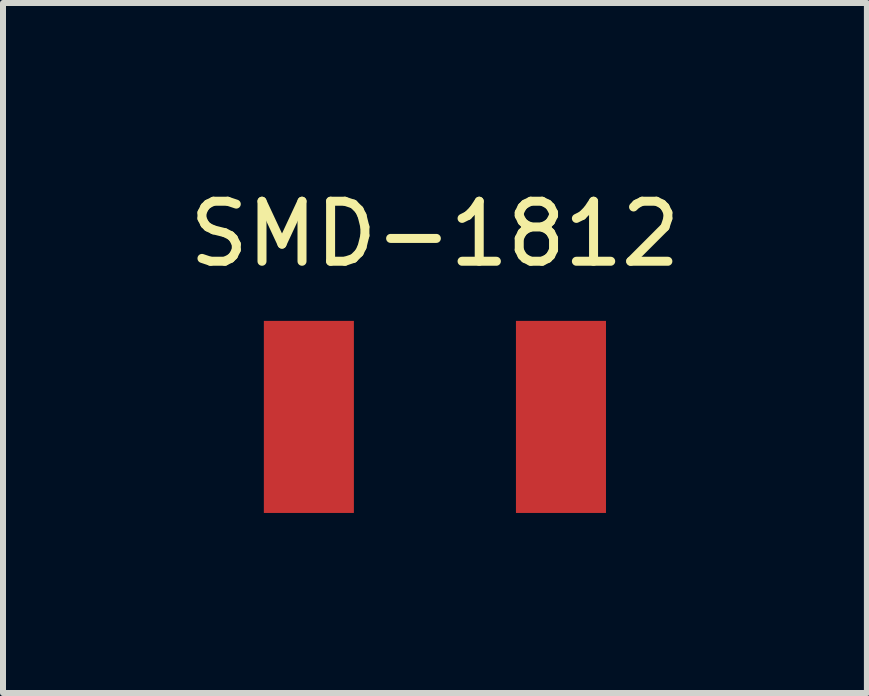
<source format=kicad_pcb>
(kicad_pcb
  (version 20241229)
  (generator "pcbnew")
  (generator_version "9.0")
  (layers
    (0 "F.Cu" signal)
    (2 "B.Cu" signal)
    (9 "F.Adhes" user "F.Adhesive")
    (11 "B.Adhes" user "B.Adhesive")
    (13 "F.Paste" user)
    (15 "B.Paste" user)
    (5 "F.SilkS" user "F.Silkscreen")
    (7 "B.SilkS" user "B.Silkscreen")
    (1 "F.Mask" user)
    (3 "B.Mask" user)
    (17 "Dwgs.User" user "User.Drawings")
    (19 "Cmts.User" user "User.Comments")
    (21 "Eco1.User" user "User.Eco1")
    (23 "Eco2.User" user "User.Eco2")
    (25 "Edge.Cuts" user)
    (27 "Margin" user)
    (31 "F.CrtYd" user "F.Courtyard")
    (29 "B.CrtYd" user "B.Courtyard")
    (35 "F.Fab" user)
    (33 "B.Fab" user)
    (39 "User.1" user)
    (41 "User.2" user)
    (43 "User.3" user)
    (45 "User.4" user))
  (footprint "SMD-1812"
    (layer "F.Cu")
    (at 4.196 3.896)
    (property "Reference" "SMD-1812" (at 0 -3.048 0) (layer "F.SilkS") (effects (font (size 1 1) (thickness 0.15))))
    (attr through_hole)
    (pad "1" smd rect (at 2.1 0) (size 1.5 3.2) (layers "F.Cu" "F.Mask" "F.Paste"))
    (pad "2" smd rect (at -2.1 0) (size 1.5 3.2) (layers "F.Cu" "F.Mask" "F.Paste")))
  (gr_rect
    (start -3 -3)
    (end 11.393 8.496)
    (stroke (width 0.1) (type default))
    (fill no)
    (layer "Edge.Cuts")))
</source>
